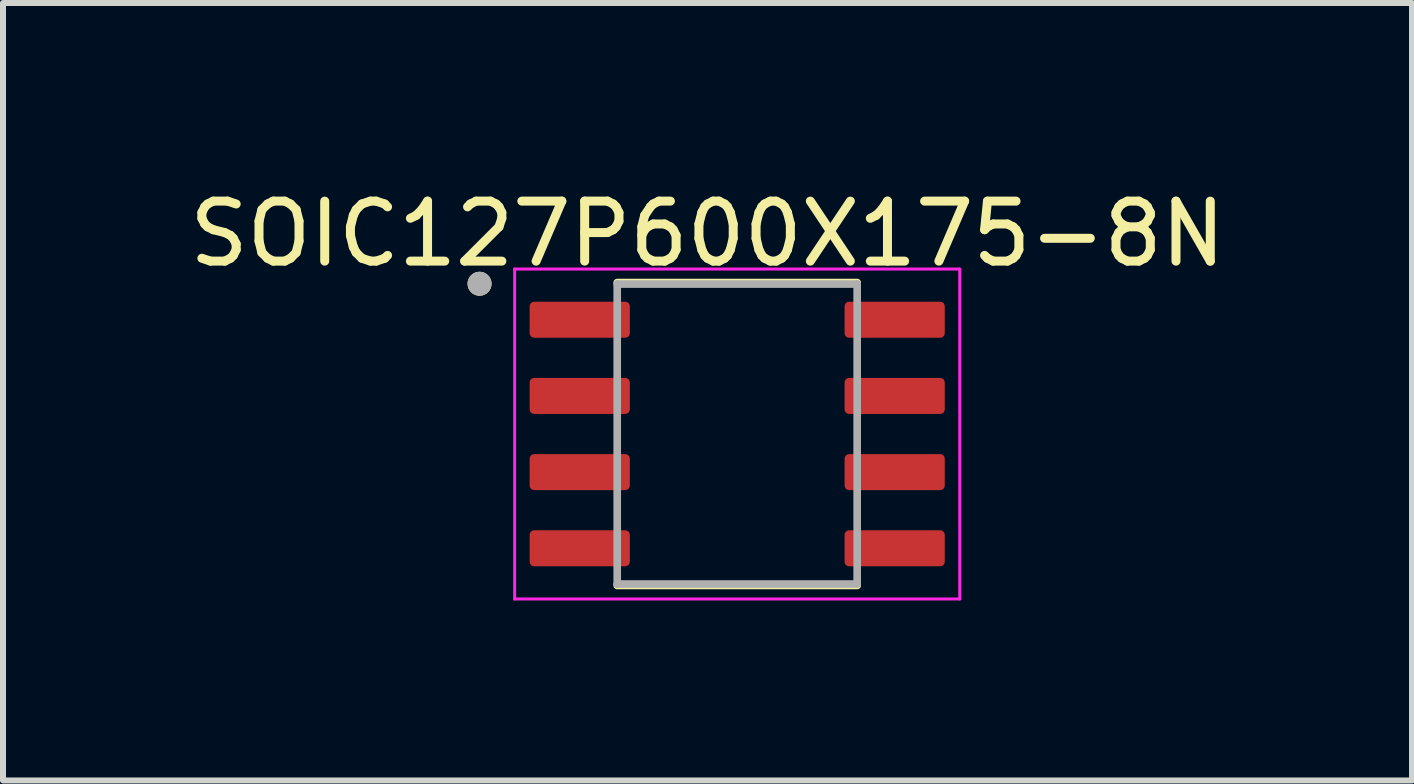
<source format=kicad_pcb>
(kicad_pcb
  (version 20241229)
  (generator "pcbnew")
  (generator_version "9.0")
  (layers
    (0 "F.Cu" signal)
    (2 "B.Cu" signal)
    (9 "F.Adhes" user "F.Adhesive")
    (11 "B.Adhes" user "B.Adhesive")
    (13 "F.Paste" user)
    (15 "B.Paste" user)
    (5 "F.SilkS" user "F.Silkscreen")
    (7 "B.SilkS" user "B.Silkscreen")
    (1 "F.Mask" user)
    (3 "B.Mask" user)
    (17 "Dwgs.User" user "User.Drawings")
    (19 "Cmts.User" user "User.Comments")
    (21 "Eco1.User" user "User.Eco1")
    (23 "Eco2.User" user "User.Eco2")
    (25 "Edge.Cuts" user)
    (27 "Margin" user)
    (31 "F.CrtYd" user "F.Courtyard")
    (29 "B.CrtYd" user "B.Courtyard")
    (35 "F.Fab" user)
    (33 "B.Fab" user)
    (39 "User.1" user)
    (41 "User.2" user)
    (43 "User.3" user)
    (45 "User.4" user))
  (footprint "SOIC127P600X175-8N"
    (layer "F.Cu")
    (at 9.239 4.185)
    (property "Reference" "SOIC127P600X175-8N" (at -0.495 -3.337 0) (layer "F.SilkS") (effects (font (size 1 1) (thickness 0.15))))
    (attr smd)
    (fp_line (start -2 -2.525) (end 2 -2.525) (stroke (width 0.127) (type solid)) (layer "F.SilkS"))
    (fp_line (start -2 2.525) (end 2 2.525) (stroke (width 0.127) (type solid)) (layer "F.SilkS"))
    (fp_circle (center -4.295 -2.505) (end -4.195 -2.505) (stroke (width 0.2) (type solid)) (fill no) (layer "F.SilkS"))
    (fp_line (start -3.71 -2.75) (end -3.71 2.75) (stroke (width 0.05) (type solid)) (layer "F.CrtYd"))
    (fp_line (start -3.71 -2.75) (end 3.71 -2.75) (stroke (width 0.05) (type solid)) (layer "F.CrtYd"))
    (fp_line (start -3.71 2.75) (end 3.71 2.75) (stroke (width 0.05) (type solid)) (layer "F.CrtYd"))
    (fp_line (start 3.71 -2.75) (end 3.71 2.75) (stroke (width 0.05) (type solid)) (layer "F.CrtYd"))
    (fp_line (start -2 -2.5) (end -2 2.5) (stroke (width 0.127) (type solid)) (layer "F.Fab"))
    (fp_line (start -2 -2.5) (end 2 -2.5) (stroke (width 0.127) (type solid)) (layer "F.Fab"))
    (fp_line (start -2 2.5) (end 2 2.5) (stroke (width 0.127) (type solid)) (layer "F.Fab"))
    (fp_line (start 2 -2.5) (end 2 2.5) (stroke (width 0.127) (type solid)) (layer "F.Fab"))
    (fp_circle (center -4.295 -2.505) (end -4.195 -2.505) (stroke (width 0.2) (type solid)) (fill no) (layer "F.Fab"))
    (pad "1" smd roundrect (at -2.625 -1.905) (size 1.67 0.6) (layers "F.Cu" "F.Mask" "F.Paste") (roundrect_rratio 0.125))
    (pad "2" smd roundrect (at -2.625 -0.635) (size 1.67 0.6) (layers "F.Cu" "F.Mask" "F.Paste") (roundrect_rratio 0.125))
    (pad "3" smd roundrect (at -2.625 0.635) (size 1.67 0.6) (layers "F.Cu" "F.Mask" "F.Paste") (roundrect_rratio 0.125))
    (pad "4" smd roundrect (at -2.625 1.905) (size 1.67 0.6) (layers "F.Cu" "F.Mask" "F.Paste") (roundrect_rratio 0.125))
    (pad "5" smd roundrect (at 2.625 1.905) (size 1.67 0.6) (layers "F.Cu" "F.Mask" "F.Paste") (roundrect_rratio 0.125))
    (pad "6" smd roundrect (at 2.625 0.635) (size 1.67 0.6) (layers "F.Cu" "F.Mask" "F.Paste") (roundrect_rratio 0.125))
    (pad "7" smd roundrect (at 2.625 -0.635) (size 1.67 0.6) (layers "F.Cu" "F.Mask" "F.Paste") (roundrect_rratio 0.125))
    (pad "8" smd roundrect (at 2.625 -1.905) (size 1.67 0.6) (layers "F.Cu" "F.Mask" "F.Paste") (roundrect_rratio 0.125)))
  (gr_rect
    (start -3 -3)
    (end 20.488 9.96)
    (stroke (width 0.1) (type default))
    (fill no)
    (layer "Edge.Cuts")))
</source>
